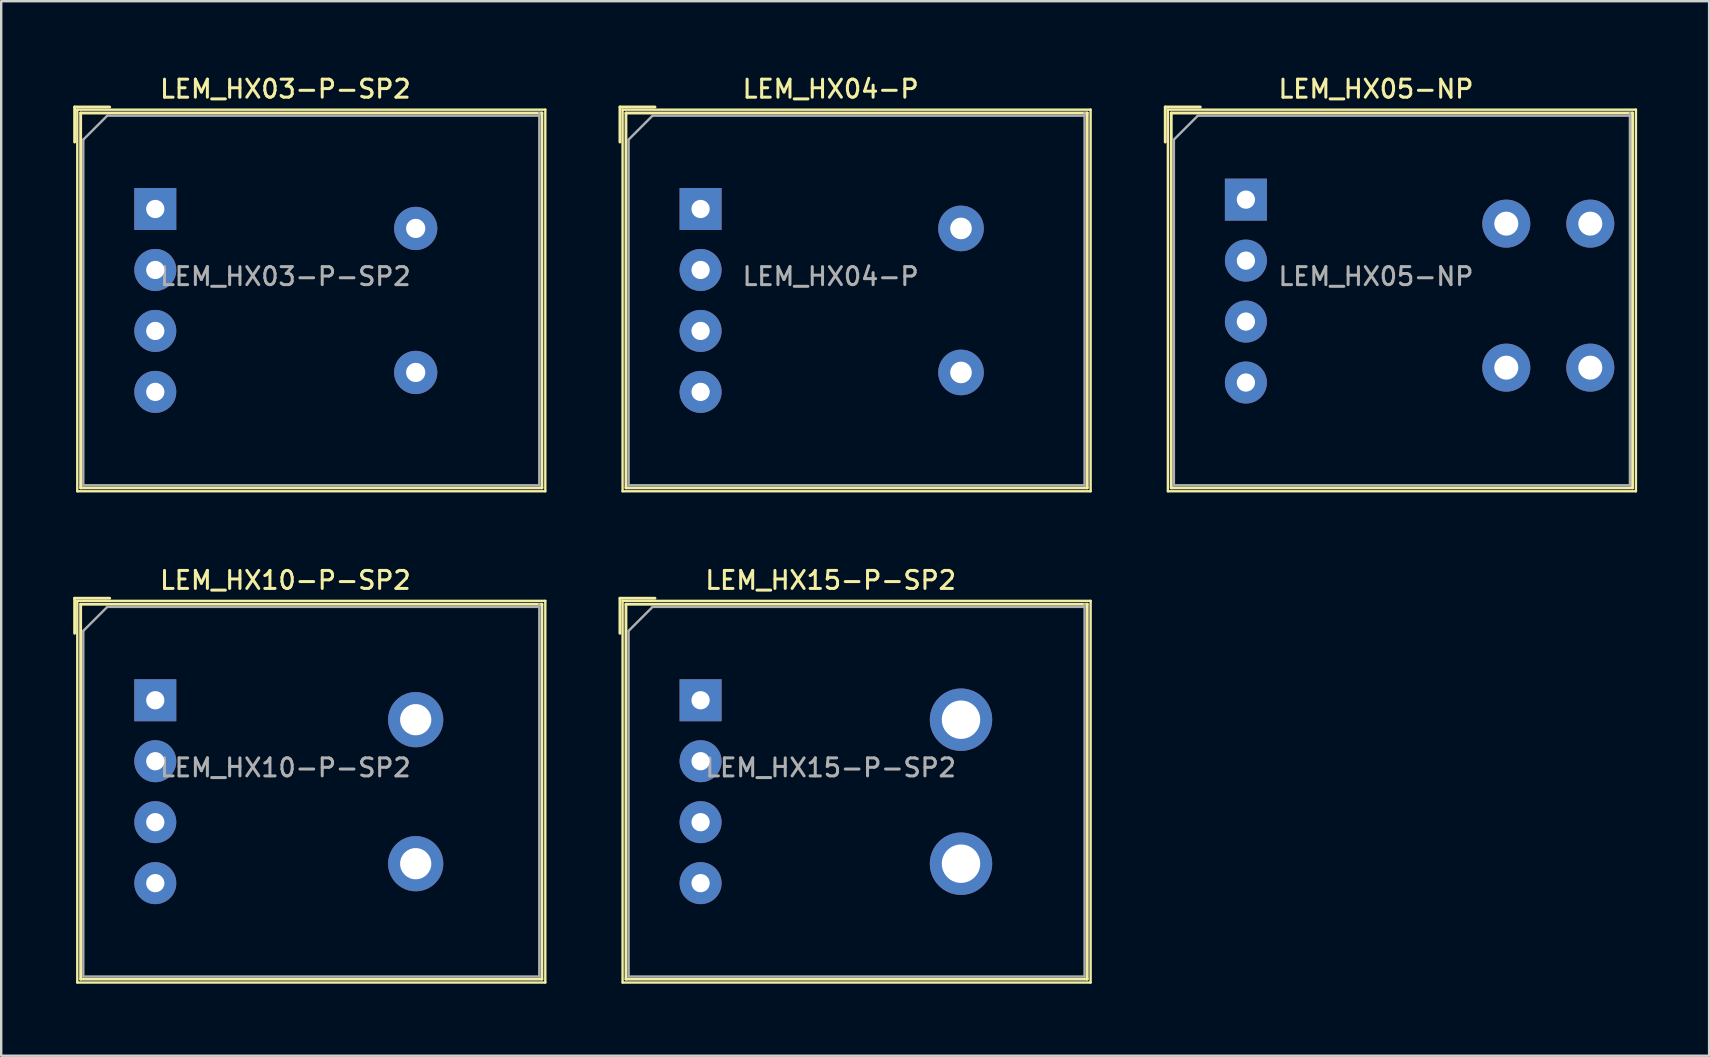
<source format=kicad_pcb>
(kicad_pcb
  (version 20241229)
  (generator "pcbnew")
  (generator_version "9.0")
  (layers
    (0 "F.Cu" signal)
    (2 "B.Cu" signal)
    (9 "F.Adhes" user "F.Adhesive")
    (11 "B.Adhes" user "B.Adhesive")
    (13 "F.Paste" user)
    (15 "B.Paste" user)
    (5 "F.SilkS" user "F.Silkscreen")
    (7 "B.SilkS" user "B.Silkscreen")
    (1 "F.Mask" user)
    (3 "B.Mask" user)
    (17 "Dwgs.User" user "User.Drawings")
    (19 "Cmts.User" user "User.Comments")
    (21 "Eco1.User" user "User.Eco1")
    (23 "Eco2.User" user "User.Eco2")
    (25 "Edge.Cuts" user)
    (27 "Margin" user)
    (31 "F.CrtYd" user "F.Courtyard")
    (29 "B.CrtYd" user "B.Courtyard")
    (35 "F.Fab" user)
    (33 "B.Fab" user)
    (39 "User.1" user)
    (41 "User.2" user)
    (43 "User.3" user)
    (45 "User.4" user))
  (footprint "LEM_HX04-P"
    (layer "F.Cu")
    (at 26.14 5.658)
    (property "Reference" "LEM_HX04-P" (at 5.42 -5 0) (layer "F.SilkS") (effects (font (size 0.75 0.75) (thickness 0.125))))
    (attr through_hole)
    (fp_line (start -3.36 -2.79) (end -3.36 -4.25) (stroke (width 0.12) (type solid)) (layer "F.SilkS"))
    (fp_line (start -3.25 -4.14) (end -3.25 11.76) (stroke (width 0.1) (type solid)) (layer "F.SilkS"))
    (fp_line (start -3.25 11.76) (end 16.25 11.76) (stroke (width 0.1) (type solid)) (layer "F.SilkS"))
    (fp_line (start -3.11 -4) (end -3.11 11.62) (stroke (width 0.12) (type solid)) (layer "F.SilkS"))
    (fp_line (start -3.11 11.62) (end 16.11 11.62) (stroke (width 0.12) (type solid)) (layer "F.SilkS"))
    (fp_line (start -1.9 -4.25) (end -3.36 -4.25) (stroke (width 0.12) (type solid)) (layer "F.SilkS"))
    (fp_line (start 16.11 -4) (end -3.11 -4) (stroke (width 0.12) (type solid)) (layer "F.SilkS"))
    (fp_line (start 16.11 11.62) (end 16.11 -4) (stroke (width 0.12) (type solid)) (layer "F.SilkS"))
    (fp_line (start 16.25 -4.14) (end -3.25 -4.14) (stroke (width 0.1) (type solid)) (layer "F.SilkS"))
    (fp_line (start 16.25 11.76) (end 16.25 -4.14) (stroke (width 0.1) (type solid)) (layer "F.SilkS"))
    (fp_line (start -3 -2.89) (end -3 11.51) (stroke (width 0.1) (type solid)) (layer "F.Fab"))
    (fp_line (start -3 11.51) (end 16 11.51) (stroke (width 0.1) (type solid)) (layer "F.Fab"))
    (fp_line (start -2 -3.89) (end -3 -2.89) (stroke (width 0.1) (type solid)) (layer "F.Fab"))
    (fp_line (start 16 -3.89) (end -2 -3.89) (stroke (width 0.1) (type solid)) (layer "F.Fab"))
    (fp_line (start 16 11.51) (end 16 -4) (stroke (width 0.1) (type solid)) (layer "F.Fab"))
    (fp_text user "${REFERENCE}" (at 5.42 2.81 0) (layer "F.Fab") (effects (font (size 0.75 0.75) (thickness 0.125))))
    (pad "1" thru_hole rect (at 0 0) (size 1.75 1.75) (drill 0.76) (layers "*.Cu" "*.Mask"))
    (pad "2" thru_hole circle (at 0 2.54) (size 1.75 1.75) (drill 0.76) (layers "*.Cu" "*.Mask"))
    (pad "3" thru_hole circle (at 0 5.08) (size 1.75 1.75) (drill 0.76) (layers "*.Cu" "*.Mask"))
    (pad "4" thru_hole circle (at 0 7.62) (size 1.75 1.75) (drill 0.76) (layers "*.Cu" "*.Mask"))
    (pad "5" thru_hole circle (at 10.85 0.81) (size 1.9 1.9) (drill 0.9) (layers "*.Cu" "*.Mask"))
    (pad "6" thru_hole circle (at 10.85 6.81) (size 1.9 1.9) (drill 0.9) (layers "*.Cu" "*.Mask")))
  (footprint "LEM_HX03-P-SP2"
    (layer "F.Cu")
    (at 3.42 5.658)
    (property "Reference" "LEM_HX03-P-SP2" (at 5.42 -5 0) (layer "F.SilkS") (effects (font (size 0.75 0.75) (thickness 0.125))))
    (attr through_hole)
    (fp_line (start -3.36 -2.79) (end -3.36 -4.25) (stroke (width 0.12) (type solid)) (layer "F.SilkS"))
    (fp_line (start -3.25 -4.14) (end -3.25 11.76) (stroke (width 0.1) (type solid)) (layer "F.SilkS"))
    (fp_line (start -3.25 11.76) (end 16.25 11.76) (stroke (width 0.1) (type solid)) (layer "F.SilkS"))
    (fp_line (start -3.11 -4) (end -3.11 11.62) (stroke (width 0.12) (type solid)) (layer "F.SilkS"))
    (fp_line (start -3.11 11.62) (end 16.11 11.62) (stroke (width 0.12) (type solid)) (layer "F.SilkS"))
    (fp_line (start -1.9 -4.25) (end -3.36 -4.25) (stroke (width 0.12) (type solid)) (layer "F.SilkS"))
    (fp_line (start 16.11 -4) (end -3.11 -4) (stroke (width 0.12) (type solid)) (layer "F.SilkS"))
    (fp_line (start 16.11 11.62) (end 16.11 -4) (stroke (width 0.12) (type solid)) (layer "F.SilkS"))
    (fp_line (start 16.25 -4.14) (end -3.25 -4.14) (stroke (width 0.1) (type solid)) (layer "F.SilkS"))
    (fp_line (start 16.25 11.76) (end 16.25 -4.14) (stroke (width 0.1) (type solid)) (layer "F.SilkS"))
    (fp_line (start -3 -2.89) (end -3 11.51) (stroke (width 0.1) (type solid)) (layer "F.Fab"))
    (fp_line (start -3 11.51) (end 16 11.51) (stroke (width 0.1) (type solid)) (layer "F.Fab"))
    (fp_line (start -2 -3.89) (end -3 -2.89) (stroke (width 0.1) (type solid)) (layer "F.Fab"))
    (fp_line (start 16 -3.89) (end -2 -3.89) (stroke (width 0.1) (type solid)) (layer "F.Fab"))
    (fp_line (start 16 11.51) (end 16 -4) (stroke (width 0.1) (type solid)) (layer "F.Fab"))
    (fp_text user "${REFERENCE}" (at 5.42 2.81 0) (layer "F.Fab") (effects (font (size 0.75 0.75) (thickness 0.125))))
    (pad "1" thru_hole rect (at 0 0) (size 1.75 1.75) (drill 0.76) (layers "*.Cu" "*.Mask"))
    (pad "2" thru_hole circle (at 0 2.54) (size 1.75 1.75) (drill 0.76) (layers "*.Cu" "*.Mask"))
    (pad "3" thru_hole circle (at 0 5.08) (size 1.75 1.75) (drill 0.76) (layers "*.Cu" "*.Mask"))
    (pad "4" thru_hole circle (at 0 7.62) (size 1.75 1.75) (drill 0.76) (layers "*.Cu" "*.Mask"))
    (pad "5" thru_hole circle (at 10.85 0.81) (size 1.8 1.8) (drill 0.8) (layers "*.Cu" "*.Mask"))
    (pad "6" thru_hole circle (at 10.85 6.81) (size 1.8 1.8) (drill 0.8) (layers "*.Cu" "*.Mask")))
  (footprint "LEM_HX15-P-SP2"
    (layer "F.Cu")
    (at 26.14 26.126)
    (property "Reference" "LEM_HX15-P-SP2" (at 5.42 -5 0) (layer "F.SilkS") (effects (font (size 0.75 0.75) (thickness 0.125))))
    (attr through_hole)
    (fp_line (start -3.36 -2.79) (end -3.36 -4.25) (stroke (width 0.12) (type solid)) (layer "F.SilkS"))
    (fp_line (start -3.25 -4.14) (end -3.25 11.76) (stroke (width 0.1) (type solid)) (layer "F.SilkS"))
    (fp_line (start -3.25 11.76) (end 16.25 11.76) (stroke (width 0.1) (type solid)) (layer "F.SilkS"))
    (fp_line (start -3.11 -4) (end -3.11 11.62) (stroke (width 0.12) (type solid)) (layer "F.SilkS"))
    (fp_line (start -3.11 11.62) (end 16.11 11.62) (stroke (width 0.12) (type solid)) (layer "F.SilkS"))
    (fp_line (start -1.9 -4.25) (end -3.36 -4.25) (stroke (width 0.12) (type solid)) (layer "F.SilkS"))
    (fp_line (start 16.11 -4) (end -3.11 -4) (stroke (width 0.12) (type solid)) (layer "F.SilkS"))
    (fp_line (start 16.11 11.62) (end 16.11 -4) (stroke (width 0.12) (type solid)) (layer "F.SilkS"))
    (fp_line (start 16.25 -4.14) (end -3.25 -4.14) (stroke (width 0.1) (type solid)) (layer "F.SilkS"))
    (fp_line (start 16.25 11.76) (end 16.25 -4.14) (stroke (width 0.1) (type solid)) (layer "F.SilkS"))
    (fp_line (start -3 -2.89) (end -3 11.51) (stroke (width 0.1) (type solid)) (layer "F.Fab"))
    (fp_line (start -3 11.51) (end 16 11.51) (stroke (width 0.1) (type solid)) (layer "F.Fab"))
    (fp_line (start -2 -3.89) (end -3 -2.89) (stroke (width 0.1) (type solid)) (layer "F.Fab"))
    (fp_line (start 16 -3.89) (end -2 -3.89) (stroke (width 0.1) (type solid)) (layer "F.Fab"))
    (fp_line (start 16 11.51) (end 16 -4) (stroke (width 0.1) (type solid)) (layer "F.Fab"))
    (fp_text user "${REFERENCE}" (at 5.42 2.81 0) (layer "F.Fab") (effects (font (size 0.75 0.75) (thickness 0.125))))
    (pad "1" thru_hole rect (at 0 0) (size 1.75 1.75) (drill 0.76) (layers "*.Cu" "*.Mask"))
    (pad "2" thru_hole circle (at 0 2.54) (size 1.75 1.75) (drill 0.76) (layers "*.Cu" "*.Mask"))
    (pad "3" thru_hole circle (at 0 5.08) (size 1.75 1.75) (drill 0.76) (layers "*.Cu" "*.Mask"))
    (pad "4" thru_hole circle (at 0 7.62) (size 1.75 1.75) (drill 0.76) (layers "*.Cu" "*.Mask"))
    (pad "5" thru_hole circle (at 10.85 0.81) (size 2.6 2.6) (drill 1.6) (layers "*.Cu" "*.Mask"))
    (pad "6" thru_hole circle (at 10.85 6.81) (size 2.6 2.6) (drill 1.6) (layers "*.Cu" "*.Mask")))
  (footprint "LEM_HX10-P-SP2"
    (layer "F.Cu")
    (at 3.42 26.126)
    (property "Reference" "LEM_HX10-P-SP2" (at 5.42 -5 0) (layer "F.SilkS") (effects (font (size 0.75 0.75) (thickness 0.125))))
    (attr through_hole)
    (fp_line (start -3.36 -2.79) (end -3.36 -4.25) (stroke (width 0.12) (type solid)) (layer "F.SilkS"))
    (fp_line (start -3.25 -4.14) (end -3.25 11.76) (stroke (width 0.1) (type solid)) (layer "F.SilkS"))
    (fp_line (start -3.25 11.76) (end 16.25 11.76) (stroke (width 0.1) (type solid)) (layer "F.SilkS"))
    (fp_line (start -3.11 -4) (end -3.11 11.62) (stroke (width 0.12) (type solid)) (layer "F.SilkS"))
    (fp_line (start -3.11 11.62) (end 16.11 11.62) (stroke (width 0.12) (type solid)) (layer "F.SilkS"))
    (fp_line (start -1.9 -4.25) (end -3.36 -4.25) (stroke (width 0.12) (type solid)) (layer "F.SilkS"))
    (fp_line (start 16.11 -4) (end -3.11 -4) (stroke (width 0.12) (type solid)) (layer "F.SilkS"))
    (fp_line (start 16.11 11.62) (end 16.11 -4) (stroke (width 0.12) (type solid)) (layer "F.SilkS"))
    (fp_line (start 16.25 -4.14) (end -3.25 -4.14) (stroke (width 0.1) (type solid)) (layer "F.SilkS"))
    (fp_line (start 16.25 11.76) (end 16.25 -4.14) (stroke (width 0.1) (type solid)) (layer "F.SilkS"))
    (fp_line (start -3 -2.89) (end -3 11.51) (stroke (width 0.1) (type solid)) (layer "F.Fab"))
    (fp_line (start -3 11.51) (end 16 11.51) (stroke (width 0.1) (type solid)) (layer "F.Fab"))
    (fp_line (start -2 -3.89) (end -3 -2.89) (stroke (width 0.1) (type solid)) (layer "F.Fab"))
    (fp_line (start 16 -3.89) (end -2 -3.89) (stroke (width 0.1) (type solid)) (layer "F.Fab"))
    (fp_line (start 16 11.51) (end 16 -4) (stroke (width 0.1) (type solid)) (layer "F.Fab"))
    (fp_text user "${REFERENCE}" (at 5.42 2.81 0) (layer "F.Fab") (effects (font (size 0.75 0.75) (thickness 0.125))))
    (pad "1" thru_hole rect (at 0 0) (size 1.75 1.75) (drill 0.76) (layers "*.Cu" "*.Mask"))
    (pad "2" thru_hole circle (at 0 2.54) (size 1.75 1.75) (drill 0.76) (layers "*.Cu" "*.Mask"))
    (pad "3" thru_hole circle (at 0 5.08) (size 1.75 1.75) (drill 0.76) (layers "*.Cu" "*.Mask"))
    (pad "4" thru_hole circle (at 0 7.62) (size 1.75 1.75) (drill 0.76) (layers "*.Cu" "*.Mask"))
    (pad "5" thru_hole circle (at 10.85 0.81) (size 2.3 2.3) (drill 1.3) (layers "*.Cu" "*.Mask"))
    (pad "6" thru_hole circle (at 10.85 6.81) (size 2.3 2.3) (drill 1.3) (layers "*.Cu" "*.Mask")))
  (footprint "LEM_HX05-NP"
    (layer "F.Cu")
    (at 48.86 5.268)
    (property "Reference" "LEM_HX05-NP" (at 5.42 -4.61 0) (layer "F.SilkS") (effects (font (size 0.75 0.75) (thickness 0.125))))
    (attr through_hole)
    (fp_line (start -3.36 -2.4) (end -3.36 -3.86) (stroke (width 0.12) (type solid)) (layer "F.SilkS"))
    (fp_line (start -3.25 -3.75) (end -3.25 12.15) (stroke (width 0.1) (type solid)) (layer "F.SilkS"))
    (fp_line (start -3.25 12.15) (end 16.25 12.15) (stroke (width 0.1) (type solid)) (layer "F.SilkS"))
    (fp_line (start -3.11 -3.61) (end -3.11 12.01) (stroke (width 0.12) (type solid)) (layer "F.SilkS"))
    (fp_line (start -3.11 12.01) (end 16.11 12.01) (stroke (width 0.12) (type solid)) (layer "F.SilkS"))
    (fp_line (start -1.9 -3.86) (end -3.36 -3.86) (stroke (width 0.12) (type solid)) (layer "F.SilkS"))
    (fp_line (start 16.11 -3.61) (end -3.11 -3.61) (stroke (width 0.12) (type solid)) (layer "F.SilkS"))
    (fp_line (start 16.11 12.01) (end 16.11 -3.61) (stroke (width 0.12) (type solid)) (layer "F.SilkS"))
    (fp_line (start 16.25 -3.75) (end -3.25 -3.75) (stroke (width 0.1) (type solid)) (layer "F.SilkS"))
    (fp_line (start 16.25 12.15) (end 16.25 -3.75) (stroke (width 0.1) (type solid)) (layer "F.SilkS"))
    (fp_line (start -3 -2.5) (end -3 11.9) (stroke (width 0.1) (type solid)) (layer "F.Fab"))
    (fp_line (start -3 11.9) (end 16 11.9) (stroke (width 0.1) (type solid)) (layer "F.Fab"))
    (fp_line (start -2 -3.5) (end -3 -2.5) (stroke (width 0.1) (type solid)) (layer "F.Fab"))
    (fp_line (start 16 -3.5) (end -2 -3.5) (stroke (width 0.1) (type solid)) (layer "F.Fab"))
    (fp_line (start 16 11.9) (end 16 -3.61) (stroke (width 0.1) (type solid)) (layer "F.Fab"))
    (fp_text user "${REFERENCE}" (at 5.42 3.2 0) (layer "F.Fab") (effects (font (size 0.75 0.75) (thickness 0.125))))
    (pad "1" thru_hole rect (at 0 0) (size 1.75 1.75) (drill 0.76) (layers "*.Cu" "*.Mask"))
    (pad "2" thru_hole circle (at 0 2.54) (size 1.75 1.75) (drill 0.76) (layers "*.Cu" "*.Mask"))
    (pad "3" thru_hole circle (at 0 5.08) (size 1.75 1.75) (drill 0.76) (layers "*.Cu" "*.Mask"))
    (pad "4" thru_hole circle (at 0 7.62) (size 1.75 1.75) (drill 0.76) (layers "*.Cu" "*.Mask"))
    (pad "5" thru_hole circle (at 10.85 1) (size 2 2) (drill 1) (layers "*.Cu" "*.Mask"))
    (pad "6" thru_hole circle (at 10.85 7) (size 2 2) (drill 1) (layers "*.Cu" "*.Mask"))
    (pad "7" thru_hole circle (at 14.35 1) (size 2 2) (drill 1) (layers "*.Cu" "*.Mask"))
    (pad "8" thru_hole circle (at 14.35 7) (size 2 2) (drill 1) (layers "*.Cu" "*.Mask")))
  (gr_rect
    (start -3 -3)
    (end 68.16 40.936)
    (stroke (width 0.1) (type default))
    (fill no)
    (layer "Edge.Cuts")))
</source>
